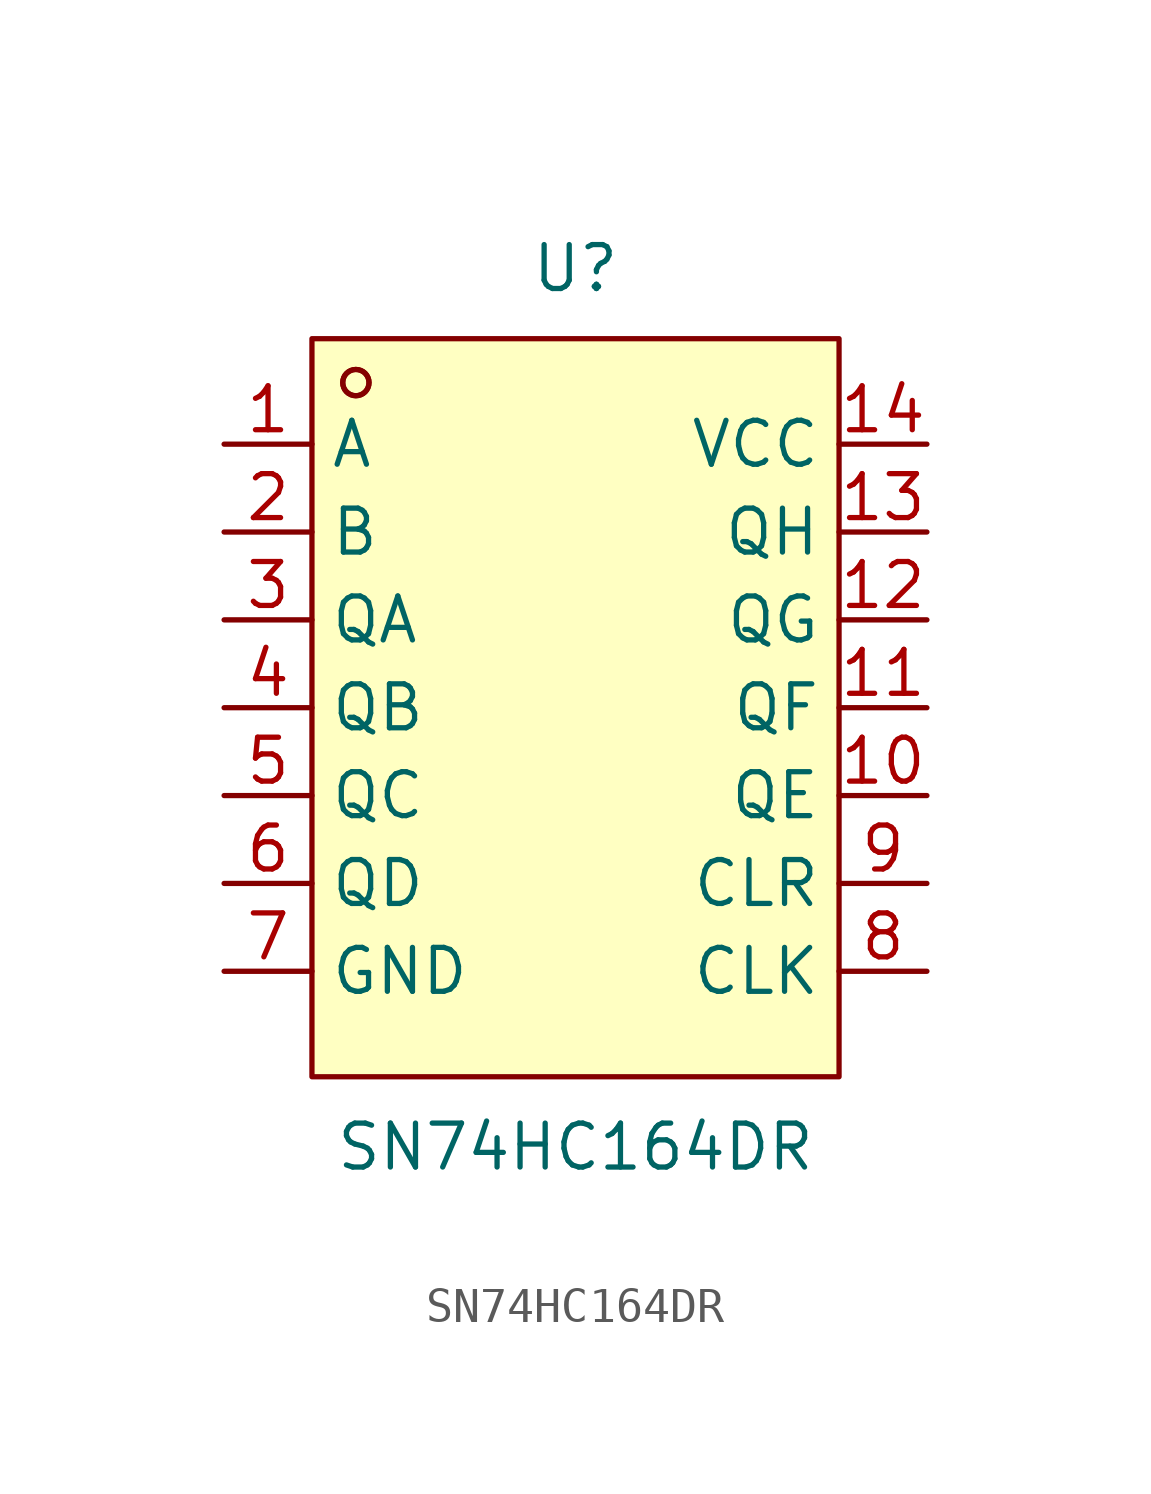
<source format=kicad_sym>
(kicad_symbol_lib
  (version 20211014)
  (generator https://github.com/uPesy/easyeda2kicad.py)
  (symbol "SN74HC164DR"
    (property "Reference" "U"
      (at 0 12.70 0)
      (effects (font (size 1.27 1.27))))
    (property "Value" "SN74HC164DR"
      (at 0 -12.70 0)
      (effects (font (size 1.27 1.27))))
    (symbol "SN74HC164DR_0_1"
      (rectangle (start -7.62 10.67) (end 7.62 -10.67) (stroke (width 0) (type default) (color 0 0 0 0)) (fill (type background)))
      (circle (center -6.35 9.40) (radius 0.38) (stroke (width 0) (type default) (color 0 0 0 0)) (fill (type none)))
      (circle (center -6.35 9.40) (radius 0.38) (stroke (width 0) (type default) (color 0 0 0 0)) (fill (type none)))
      (pin unspecified line (at -10.16 7.62 0) (length 2.54) (name "A" (effects (font (size 1.27 1.27)))) (number "1" (effects (font (size 1.27 1.27)))))
      (pin unspecified line (at -10.16 5.08 0) (length 2.54) (name "B" (effects (font (size 1.27 1.27)))) (number "2" (effects (font (size 1.27 1.27)))))
      (pin unspecified line (at -10.16 2.54 0) (length 2.54) (name "QA" (effects (font (size 1.27 1.27)))) (number "3" (effects (font (size 1.27 1.27)))))
      (pin unspecified line (at -10.16 -0.00 0) (length 2.54) (name "QB" (effects (font (size 1.27 1.27)))) (number "4" (effects (font (size 1.27 1.27)))))
      (pin unspecified line (at -10.16 -2.54 0) (length 2.54) (name "QC" (effects (font (size 1.27 1.27)))) (number "5" (effects (font (size 1.27 1.27)))))
      (pin unspecified line (at -10.16 -5.08 0) (length 2.54) (name "QD" (effects (font (size 1.27 1.27)))) (number "6" (effects (font (size 1.27 1.27)))))
      (pin unspecified line (at -10.16 -7.62 0) (length 2.54) (name "GND" (effects (font (size 1.27 1.27)))) (number "7" (effects (font (size 1.27 1.27)))))
      (pin unspecified line (at 10.16 -7.62 180) (length 2.54) (name "CLK" (effects (font (size 1.27 1.27)))) (number "8" (effects (font (size 1.27 1.27)))))
      (pin unspecified line (at 10.16 -5.08 180) (length 2.54) (name "CLR" (effects (font (size 1.27 1.27)))) (number "9" (effects (font (size 1.27 1.27)))))
      (pin unspecified line (at 10.16 -2.54 180) (length 2.54) (name "QE" (effects (font (size 1.27 1.27)))) (number "10" (effects (font (size 1.27 1.27)))))
      (pin unspecified line (at 10.16 -0.00 180) (length 2.54) (name "QF" (effects (font (size 1.27 1.27)))) (number "11" (effects (font (size 1.27 1.27)))))
      (pin unspecified line (at 10.16 2.54 180) (length 2.54) (name "QG" (effects (font (size 1.27 1.27)))) (number "12" (effects (font (size 1.27 1.27)))))
      (pin unspecified line (at 10.16 5.08 180) (length 2.54) (name "QH" (effects (font (size 1.27 1.27)))) (number "13" (effects (font (size 1.27 1.27)))))
      (pin unspecified line (at 10.16 7.62 180) (length 2.54) (name "VCC" (effects (font (size 1.27 1.27)))) (number "14" (effects (font (size 1.27 1.27))))))))
</source>
